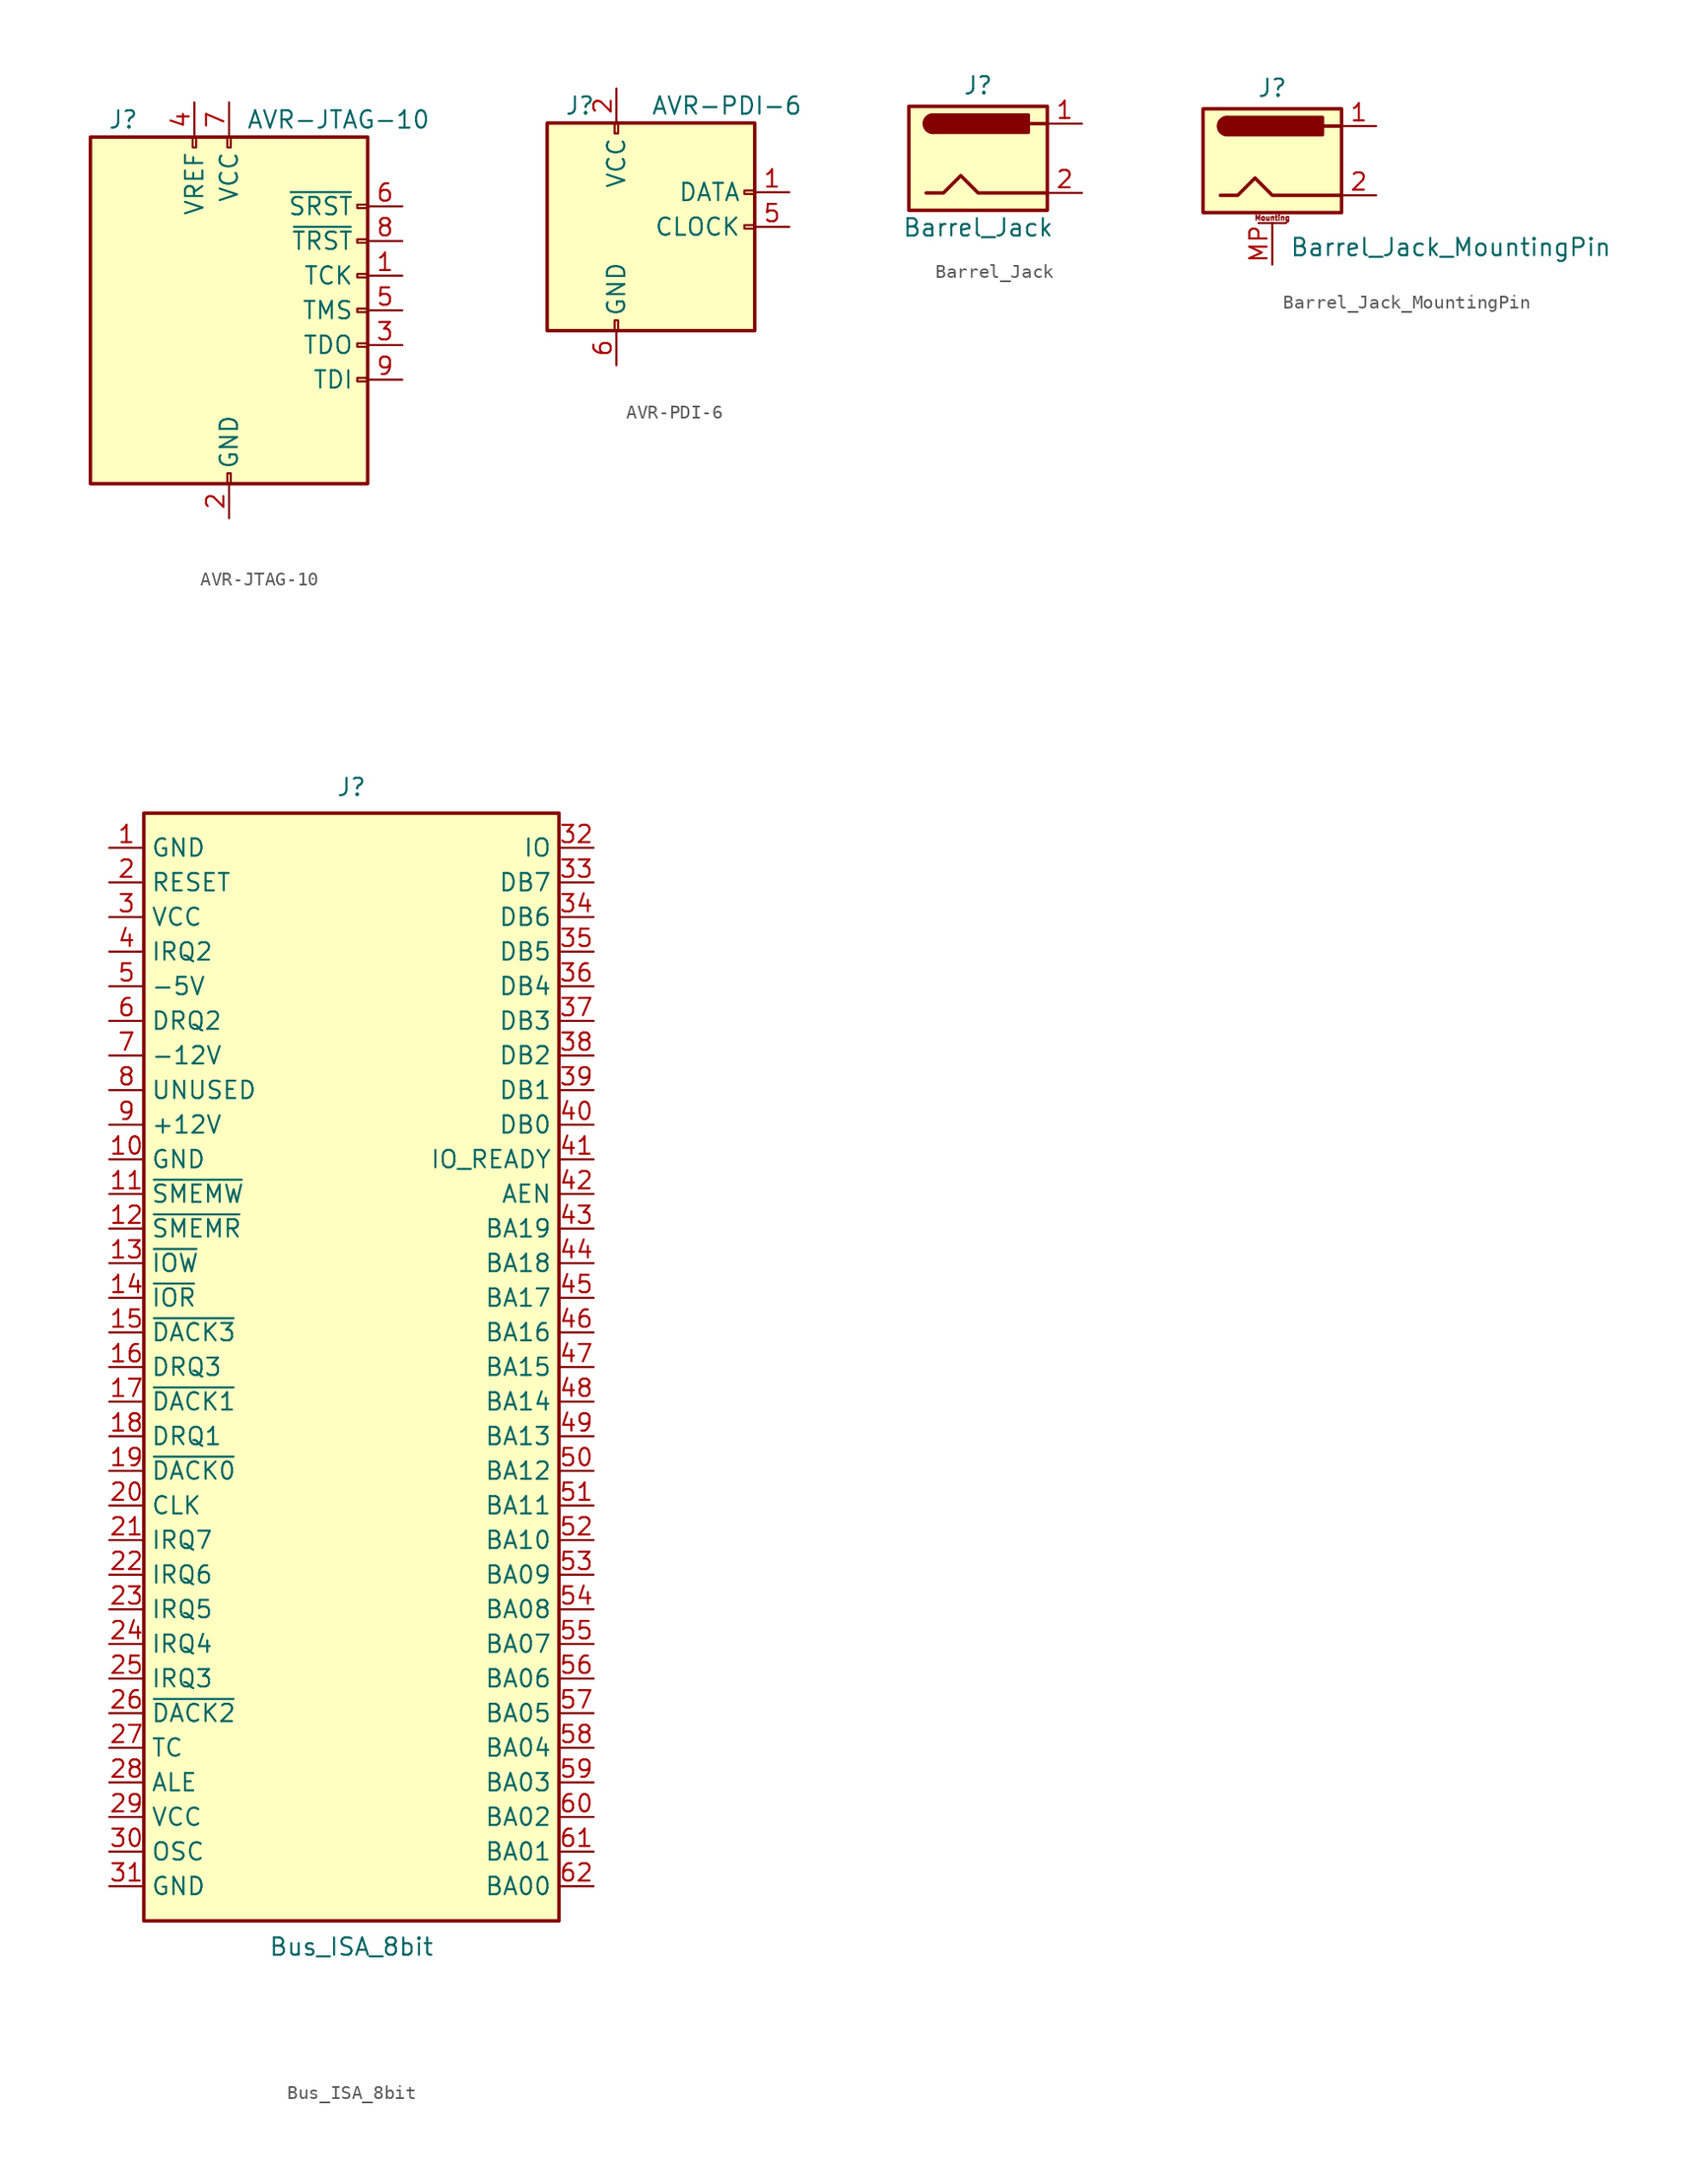
<source format=kicad_sym>
(kicad_symbol_lib
  (version 20241209)
  (generator "kicad_symbol_editor")
  (generator_version "9.0")
  (symbol "AVR-JTAG-10"
    (pin_names
      (offset 1.016))
    (property "Reference" "J"
      (at -8.89 13.97 0)
      (effects (font (size 1.27 1.27)) (justify left)))
    (property "Value" "AVR-JTAG-10"
      (at 1.27 13.97 0)
      (effects (font (size 1.27 1.27)) (justify left)))
    (symbol "AVR-JTAG-10_0_1"
      (rectangle (start -2.667 12.7) (end -2.413 11.938) (stroke (width 0) (type default)) (fill (type none)))
      (rectangle (start -0.127 12.7) (end 0.127 11.938) (stroke (width 0) (type default)) (fill (type none)))
      (rectangle (start -0.127 -11.938) (end 0.127 -12.7) (stroke (width 0) (type default)) (fill (type none)))
      (rectangle (start 10.16 12.7) (end -10.16 -12.7) (stroke (width 0.254) (type default)) (fill (type background)))
      (rectangle (start 10.16 7.747) (end 9.398 7.493) (stroke (width 0) (type default)) (fill (type none)))
      (rectangle (start 10.16 5.207) (end 9.398 4.953) (stroke (width 0) (type default)) (fill (type none)))
      (rectangle (start 10.16 2.667) (end 9.398 2.413) (stroke (width 0) (type default)) (fill (type none)))
      (rectangle (start 10.16 0.127) (end 9.398 -0.127) (stroke (width 0) (type default)) (fill (type none)))
      (rectangle (start 10.16 -2.413) (end 9.398 -2.667) (stroke (width 0) (type default)) (fill (type none)))
      (rectangle (start 10.16 -4.953) (end 9.398 -5.207) (stroke (width 0) (type default)) (fill (type none))))
    (symbol "AVR-JTAG-10_1_1"
      (pin passive line (at -2.54 15.24 270) (length 2.54) (name "VREF" (effects (font (size 1.27 1.27)))) (number "4" (effects (font (size 1.27 1.27)))))
      (pin passive line (at 0 15.24 270) (length 2.54) (name "VCC" (effects (font (size 1.27 1.27)))) (number "7" (effects (font (size 1.27 1.27)))))
      (pin passive line (at 0 -15.24 90) (length 2.54) (hide yes) (name "GND" (effects (font (size 1.27 1.27)))) (number "10" (effects (font (size 1.27 1.27)))))
      (pin passive line (at 0 -15.24 90) (length 2.54) (name "GND" (effects (font (size 1.27 1.27)))) (number "2" (effects (font (size 1.27 1.27)))))
      (pin passive line (at 12.7 7.62 180) (length 2.54) (name "~{SRST}" (effects (font (size 1.27 1.27)))) (number "6" (effects (font (size 1.27 1.27)))))
      (pin passive line (at 12.7 5.08 180) (length 2.54) (name "~{TRST}" (effects (font (size 1.27 1.27)))) (number "8" (effects (font (size 1.27 1.27)))))
      (pin passive line (at 12.7 2.54 180) (length 2.54) (name "TCK" (effects (font (size 1.27 1.27)))) (number "1" (effects (font (size 1.27 1.27)))))
      (pin passive line (at 12.7 0 180) (length 2.54) (name "TMS" (effects (font (size 1.27 1.27)))) (number "5" (effects (font (size 1.27 1.27)))))
      (pin passive line (at 12.7 -2.54 180) (length 2.54) (name "TDO" (effects (font (size 1.27 1.27)))) (number "3" (effects (font (size 1.27 1.27)))))
      (pin passive line (at 12.7 -5.08 180) (length 2.54) (name "TDI" (effects (font (size 1.27 1.27)))) (number "9" (effects (font (size 1.27 1.27)))))))
  (symbol "AVR-PDI-6"
    (pin_names
      (offset 1.016))
    (property "Reference" "J"
      (at -6.35 8.89 0)
      (effects (font (size 1.27 1.27)) (justify left)))
    (property "Value" "AVR-PDI-6"
      (at 0 8.89 0)
      (effects (font (size 1.27 1.27)) (justify left)))
    (symbol "AVR-PDI-6_0_1"
      (rectangle (start -2.667 7.62) (end -2.413 6.858) (stroke (width 0) (type default)) (fill (type none)))
      (rectangle (start -2.667 -6.858) (end -2.413 -7.62) (stroke (width 0) (type default)) (fill (type none)))
      (rectangle (start 7.62 7.62) (end -7.62 -7.62) (stroke (width 0.254) (type default)) (fill (type background)))
      (rectangle (start 7.62 2.667) (end 6.858 2.413) (stroke (width 0) (type default)) (fill (type none)))
      (rectangle (start 7.62 0.127) (end 6.858 -0.127) (stroke (width 0) (type default)) (fill (type none))))
    (symbol "AVR-PDI-6_1_1"
      (pin passive line (at -2.54 10.16 270) (length 2.54) (name "VCC" (effects (font (size 1.27 1.27)))) (number "2" (effects (font (size 1.27 1.27)))))
      (pin passive line (at -2.54 -10.16 90) (length 2.54) (name "GND" (effects (font (size 1.27 1.27)))) (number "6" (effects (font (size 1.27 1.27)))))
      (pin no_connect line (at 7.62 -2.54 180) (length 2.54) (hide yes) (name "NC" (effects (font (size 1.27 1.27)))) (number "3" (effects (font (size 1.27 1.27)))))
      (pin no_connect line (at 7.62 -5.08 180) (length 2.54) (hide yes) (name "NC" (effects (font (size 1.27 1.27)))) (number "4" (effects (font (size 1.27 1.27)))))
      (pin passive line (at 10.16 2.54 180) (length 2.54) (name "DATA" (effects (font (size 1.27 1.27)))) (number "1" (effects (font (size 1.27 1.27)))))
      (pin passive line (at 10.16 0 180) (length 2.54) (name "CLOCK" (effects (font (size 1.27 1.27)))) (number "5" (effects (font (size 1.27 1.27)))))))
  (symbol "Barrel_Jack"
    (pin_names
      (offset 1.016))
    (property "Reference" "J"
      (at 0 5.334 0)
      (effects (font (size 1.27 1.27))))
    (property "Value" "Barrel_Jack"
      (at 0 -5.08 0)
      (effects (font (size 1.27 1.27))))
    (symbol "Barrel_Jack_0_1"
      (rectangle (start -5.08 3.81) (end 5.08 -3.81) (stroke (width 0.254) (type default)) (fill (type background)))
      (polyline (pts (xy -3.81 -2.54) (xy -2.54 -2.54) (xy -1.27 -1.27) (xy 0 -2.54) (xy 2.54 -2.54) (xy 5.08 -2.54)) (stroke (width 0.254) (type default)) (fill (type none)))
      (arc (start -3.302 1.905) (mid -3.9343 2.54) (end -3.302 3.175) (stroke (width 0.254) (type default)) (fill (type none)))
      (arc (start -3.302 1.905) (mid -3.9343 2.54) (end -3.302 3.175) (stroke (width 0.254) (type default)) (fill (type outline)))
      (rectangle (start 3.683 3.175) (end -3.302 1.905) (stroke (width 0.254) (type default)) (fill (type outline)))
      (polyline (pts (xy 5.08 2.54) (xy 3.81 2.54)) (stroke (width 0.254) (type default)) (fill (type none))))
    (symbol "Barrel_Jack_1_1"
      (pin passive line (at 7.62 2.54 180) (length 2.54) (name "~" (effects (font (size 1.27 1.27)))) (number "1" (effects (font (size 1.27 1.27)))))
      (pin passive line (at 7.62 -2.54 180) (length 2.54) (name "~" (effects (font (size 1.27 1.27)))) (number "2" (effects (font (size 1.27 1.27)))))))
  (symbol "Barrel_Jack_MountingPin"
    (pin_names
      (hide yes))
    (property "Reference" "J"
      (at 0 5.334 0)
      (effects (font (size 1.27 1.27))))
    (property "Value" "Barrel_Jack_MountingPin"
      (at 1.27 -6.35 0)
      (effects (font (size 1.27 1.27)) (justify left)))
    (symbol "Barrel_Jack_MountingPin_0_1"
      (rectangle (start -5.08 3.81) (end 5.08 -3.81) (stroke (width 0.254) (type default)) (fill (type background)))
      (polyline (pts (xy -3.81 -2.54) (xy -2.54 -2.54) (xy -1.27 -1.27) (xy 0 -2.54) (xy 2.54 -2.54) (xy 5.08 -2.54)) (stroke (width 0.254) (type default)) (fill (type none)))
      (arc (start -3.302 1.905) (mid -3.9343 2.54) (end -3.302 3.175) (stroke (width 0.254) (type default)) (fill (type none)))
      (arc (start -3.302 1.905) (mid -3.9343 2.54) (end -3.302 3.175) (stroke (width 0.254) (type default)) (fill (type outline)))
      (rectangle (start 3.683 3.175) (end -3.302 1.905) (stroke (width 0.254) (type default)) (fill (type outline)))
      (polyline (pts (xy 5.08 2.54) (xy 3.81 2.54)) (stroke (width 0.254) (type default)) (fill (type none))))
    (symbol "Barrel_Jack_MountingPin_1_1"
      (polyline (pts (xy -1.016 -4.572) (xy 1.016 -4.572)) (stroke (width 0.152) (type default)) (fill (type none)))
      (text "Mounting" (at 0 -4.191 0) (effects (font (size 0.381 0.381))))
      (pin passive line (at 0 -7.62 90) (length 3.048) (name "MountPin" (effects (font (size 1.27 1.27)))) (number "MP" (effects (font (size 1.27 1.27)))))
      (pin passive line (at 7.62 2.54 180) (length 2.54) (name "~" (effects (font (size 1.27 1.27)))) (number "1" (effects (font (size 1.27 1.27)))))
      (pin passive line (at 7.62 -2.54 180) (length 2.54) (name "~" (effects (font (size 1.27 1.27)))) (number "2" (effects (font (size 1.27 1.27)))))))
  (symbol "Bus_ISA_8bit"
    (property "Reference" "J"
      (at 0 42.545 0)
      (effects (font (size 1.27 1.27))))
    (property "Value" "Bus_ISA_8bit"
      (at 0 -42.545 0)
      (effects (font (size 1.27 1.27))))
    (symbol "Bus_ISA_8bit_0_1"
      (rectangle (start -15.24 -40.64) (end 15.24 40.64) (stroke (width 0.254) (type default)) (fill (type background))))
    (symbol "Bus_ISA_8bit_1_1"
      (pin power_in line (at -17.78 38.1 0) (length 2.54) (name "GND" (effects (font (size 1.27 1.27)))) (number "1" (effects (font (size 1.27 1.27)))))
      (pin output line (at -17.78 35.56 0) (length 2.54) (name "RESET" (effects (font (size 1.27 1.27)))) (number "2" (effects (font (size 1.27 1.27)))))
      (pin power_in line (at -17.78 33.02 0) (length 2.54) (name "VCC" (effects (font (size 1.27 1.27)))) (number "3" (effects (font (size 1.27 1.27)))))
      (pin passive line (at -17.78 30.48 0) (length 2.54) (name "IRQ2" (effects (font (size 1.27 1.27)))) (number "4" (effects (font (size 1.27 1.27)))))
      (pin power_in line (at -17.78 27.94 0) (length 2.54) (name "-5V" (effects (font (size 1.27 1.27)))) (number "5" (effects (font (size 1.27 1.27)))))
      (pin passive line (at -17.78 25.4 0) (length 2.54) (name "DRQ2" (effects (font (size 1.27 1.27)))) (number "6" (effects (font (size 1.27 1.27)))))
      (pin power_in line (at -17.78 22.86 0) (length 2.54) (name "-12V" (effects (font (size 1.27 1.27)))) (number "7" (effects (font (size 1.27 1.27)))))
      (pin passive line (at -17.78 20.32 0) (length 2.54) (name "UNUSED" (effects (font (size 1.27 1.27)))) (number "8" (effects (font (size 1.27 1.27)))))
      (pin power_in line (at -17.78 17.78 0) (length 2.54) (name "+12V" (effects (font (size 1.27 1.27)))) (number "9" (effects (font (size 1.27 1.27)))))
      (pin power_in line (at -17.78 15.24 0) (length 2.54) (name "GND" (effects (font (size 1.27 1.27)))) (number "10" (effects (font (size 1.27 1.27)))))
      (pin output line (at -17.78 12.7 0) (length 2.54) (name "~{SMEMW}" (effects (font (size 1.27 1.27)))) (number "11" (effects (font (size 1.27 1.27)))))
      (pin output line (at -17.78 10.16 0) (length 2.54) (name "~{SMEMR}" (effects (font (size 1.27 1.27)))) (number "12" (effects (font (size 1.27 1.27)))))
      (pin output line (at -17.78 7.62 0) (length 2.54) (name "~{IOW}" (effects (font (size 1.27 1.27)))) (number "13" (effects (font (size 1.27 1.27)))))
      (pin output line (at -17.78 5.08 0) (length 2.54) (name "~{IOR}" (effects (font (size 1.27 1.27)))) (number "14" (effects (font (size 1.27 1.27)))))
      (pin passive line (at -17.78 2.54 0) (length 2.54) (name "~{DACK3}" (effects (font (size 1.27 1.27)))) (number "15" (effects (font (size 1.27 1.27)))))
      (pin passive line (at -17.78 0 0) (length 2.54) (name "DRQ3" (effects (font (size 1.27 1.27)))) (number "16" (effects (font (size 1.27 1.27)))))
      (pin passive line (at -17.78 -2.54 0) (length 2.54) (name "~{DACK1}" (effects (font (size 1.27 1.27)))) (number "17" (effects (font (size 1.27 1.27)))))
      (pin passive line (at -17.78 -5.08 0) (length 2.54) (name "DRQ1" (effects (font (size 1.27 1.27)))) (number "18" (effects (font (size 1.27 1.27)))))
      (pin passive line (at -17.78 -7.62 0) (length 2.54) (name "~{DACK0}" (effects (font (size 1.27 1.27)))) (number "19" (effects (font (size 1.27 1.27)))))
      (pin output line (at -17.78 -10.16 0) (length 2.54) (name "CLK" (effects (font (size 1.27 1.27)))) (number "20" (effects (font (size 1.27 1.27)))))
      (pin passive line (at -17.78 -12.7 0) (length 2.54) (name "IRQ7" (effects (font (size 1.27 1.27)))) (number "21" (effects (font (size 1.27 1.27)))))
      (pin passive line (at -17.78 -15.24 0) (length 2.54) (name "IRQ6" (effects (font (size 1.27 1.27)))) (number "22" (effects (font (size 1.27 1.27)))))
      (pin passive line (at -17.78 -17.78 0) (length 2.54) (name "IRQ5" (effects (font (size 1.27 1.27)))) (number "23" (effects (font (size 1.27 1.27)))))
      (pin passive line (at -17.78 -20.32 0) (length 2.54) (name "IRQ4" (effects (font (size 1.27 1.27)))) (number "24" (effects (font (size 1.27 1.27)))))
      (pin passive line (at -17.78 -22.86 0) (length 2.54) (name "IRQ3" (effects (font (size 1.27 1.27)))) (number "25" (effects (font (size 1.27 1.27)))))
      (pin passive line (at -17.78 -25.4 0) (length 2.54) (name "~{DACK2}" (effects (font (size 1.27 1.27)))) (number "26" (effects (font (size 1.27 1.27)))))
      (pin passive line (at -17.78 -27.94 0) (length 2.54) (name "TC" (effects (font (size 1.27 1.27)))) (number "27" (effects (font (size 1.27 1.27)))))
      (pin output line (at -17.78 -30.48 0) (length 2.54) (name "ALE" (effects (font (size 1.27 1.27)))) (number "28" (effects (font (size 1.27 1.27)))))
      (pin power_in line (at -17.78 -33.02 0) (length 2.54) (name "VCC" (effects (font (size 1.27 1.27)))) (number "29" (effects (font (size 1.27 1.27)))))
      (pin output line (at -17.78 -35.56 0) (length 2.54) (name "OSC" (effects (font (size 1.27 1.27)))) (number "30" (effects (font (size 1.27 1.27)))))
      (pin power_in line (at -17.78 -38.1 0) (length 2.54) (name "GND" (effects (font (size 1.27 1.27)))) (number "31" (effects (font (size 1.27 1.27)))))
      (pin passive line (at 17.78 38.1 180) (length 2.54) (name "IO" (effects (font (size 1.27 1.27)))) (number "32" (effects (font (size 1.27 1.27)))))
      (pin tri_state line (at 17.78 35.56 180) (length 2.54) (name "DB7" (effects (font (size 1.27 1.27)))) (number "33" (effects (font (size 1.27 1.27)))))
      (pin tri_state line (at 17.78 33.02 180) (length 2.54) (name "DB6" (effects (font (size 1.27 1.27)))) (number "34" (effects (font (size 1.27 1.27)))))
      (pin tri_state line (at 17.78 30.48 180) (length 2.54) (name "DB5" (effects (font (size 1.27 1.27)))) (number "35" (effects (font (size 1.27 1.27)))))
      (pin tri_state line (at 17.78 27.94 180) (length 2.54) (name "DB4" (effects (font (size 1.27 1.27)))) (number "36" (effects (font (size 1.27 1.27)))))
      (pin tri_state line (at 17.78 25.4 180) (length 2.54) (name "DB3" (effects (font (size 1.27 1.27)))) (number "37" (effects (font (size 1.27 1.27)))))
      (pin tri_state line (at 17.78 22.86 180) (length 2.54) (name "DB2" (effects (font (size 1.27 1.27)))) (number "38" (effects (font (size 1.27 1.27)))))
      (pin tri_state line (at 17.78 20.32 180) (length 2.54) (name "DB1" (effects (font (size 1.27 1.27)))) (number "39" (effects (font (size 1.27 1.27)))))
      (pin tri_state line (at 17.78 17.78 180) (length 2.54) (name "DB0" (effects (font (size 1.27 1.27)))) (number "40" (effects (font (size 1.27 1.27)))))
      (pin passive line (at 17.78 15.24 180) (length 2.54) (name "IO_READY" (effects (font (size 1.27 1.27)))) (number "41" (effects (font (size 1.27 1.27)))))
      (pin output line (at 17.78 12.7 180) (length 2.54) (name "AEN" (effects (font (size 1.27 1.27)))) (number "42" (effects (font (size 1.27 1.27)))))
      (pin tri_state line (at 17.78 10.16 180) (length 2.54) (name "BA19" (effects (font (size 1.27 1.27)))) (number "43" (effects (font (size 1.27 1.27)))))
      (pin tri_state line (at 17.78 7.62 180) (length 2.54) (name "BA18" (effects (font (size 1.27 1.27)))) (number "44" (effects (font (size 1.27 1.27)))))
      (pin tri_state line (at 17.78 5.08 180) (length 2.54) (name "BA17" (effects (font (size 1.27 1.27)))) (number "45" (effects (font (size 1.27 1.27)))))
      (pin tri_state line (at 17.78 2.54 180) (length 2.54) (name "BA16" (effects (font (size 1.27 1.27)))) (number "46" (effects (font (size 1.27 1.27)))))
      (pin tri_state line (at 17.78 0 180) (length 2.54) (name "BA15" (effects (font (size 1.27 1.27)))) (number "47" (effects (font (size 1.27 1.27)))))
      (pin tri_state line (at 17.78 -2.54 180) (length 2.54) (name "BA14" (effects (font (size 1.27 1.27)))) (number "48" (effects (font (size 1.27 1.27)))))
      (pin tri_state line (at 17.78 -5.08 180) (length 2.54) (name "BA13" (effects (font (size 1.27 1.27)))) (number "49" (effects (font (size 1.27 1.27)))))
      (pin tri_state line (at 17.78 -7.62 180) (length 2.54) (name "BA12" (effects (font (size 1.27 1.27)))) (number "50" (effects (font (size 1.27 1.27)))))
      (pin tri_state line (at 17.78 -10.16 180) (length 2.54) (name "BA11" (effects (font (size 1.27 1.27)))) (number "51" (effects (font (size 1.27 1.27)))))
      (pin tri_state line (at 17.78 -12.7 180) (length 2.54) (name "BA10" (effects (font (size 1.27 1.27)))) (number "52" (effects (font (size 1.27 1.27)))))
      (pin tri_state line (at 17.78 -15.24 180) (length 2.54) (name "BA09" (effects (font (size 1.27 1.27)))) (number "53" (effects (font (size 1.27 1.27)))))
      (pin tri_state line (at 17.78 -17.78 180) (length 2.54) (name "BA08" (effects (font (size 1.27 1.27)))) (number "54" (effects (font (size 1.27 1.27)))))
      (pin tri_state line (at 17.78 -20.32 180) (length 2.54) (name "BA07" (effects (font (size 1.27 1.27)))) (number "55" (effects (font (size 1.27 1.27)))))
      (pin tri_state line (at 17.78 -22.86 180) (length 2.54) (name "BA06" (effects (font (size 1.27 1.27)))) (number "56" (effects (font (size 1.27 1.27)))))
      (pin tri_state line (at 17.78 -25.4 180) (length 2.54) (name "BA05" (effects (font (size 1.27 1.27)))) (number "57" (effects (font (size 1.27 1.27)))))
      (pin tri_state line (at 17.78 -27.94 180) (length 2.54) (name "BA04" (effects (font (size 1.27 1.27)))) (number "58" (effects (font (size 1.27 1.27)))))
      (pin tri_state line (at 17.78 -30.48 180) (length 2.54) (name "BA03" (effects (font (size 1.27 1.27)))) (number "59" (effects (font (size 1.27 1.27)))))
      (pin tri_state line (at 17.78 -33.02 180) (length 2.54) (name "BA02" (effects (font (size 1.27 1.27)))) (number "60" (effects (font (size 1.27 1.27)))))
      (pin tri_state line (at 17.78 -35.56 180) (length 2.54) (name "BA01" (effects (font (size 1.27 1.27)))) (number "61" (effects (font (size 1.27 1.27)))))
      (pin tri_state line (at 17.78 -38.1 180) (length 2.54) (name "BA00" (effects (font (size 1.27 1.27)))) (number "62" (effects (font (size 1.27 1.27))))))))
</source>
